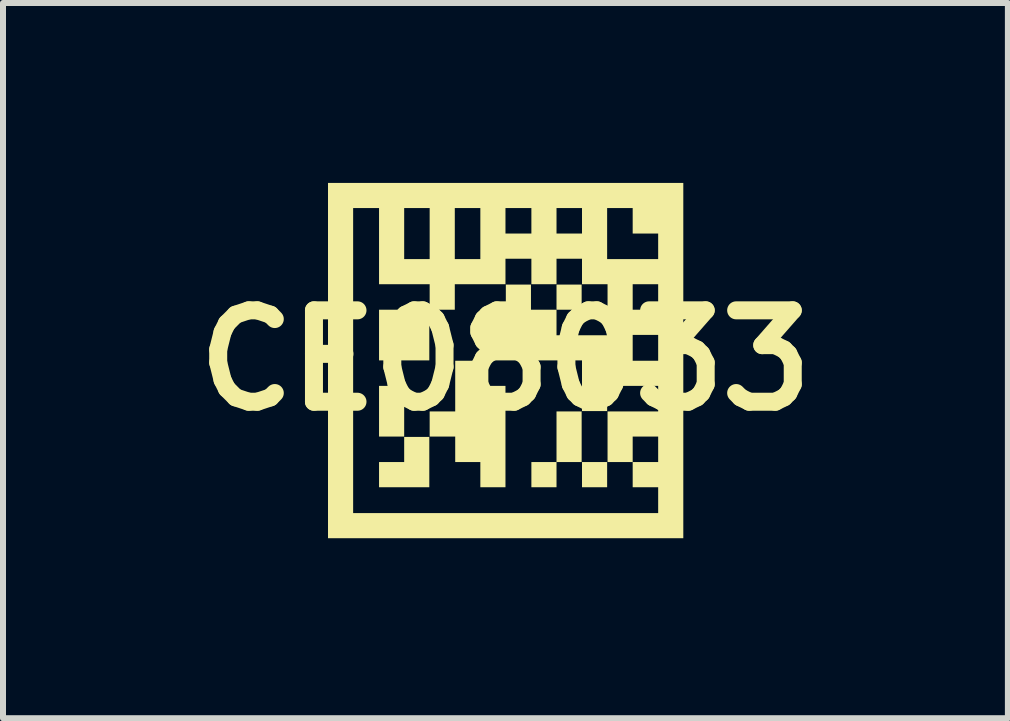
<source format=kicad_pcb>
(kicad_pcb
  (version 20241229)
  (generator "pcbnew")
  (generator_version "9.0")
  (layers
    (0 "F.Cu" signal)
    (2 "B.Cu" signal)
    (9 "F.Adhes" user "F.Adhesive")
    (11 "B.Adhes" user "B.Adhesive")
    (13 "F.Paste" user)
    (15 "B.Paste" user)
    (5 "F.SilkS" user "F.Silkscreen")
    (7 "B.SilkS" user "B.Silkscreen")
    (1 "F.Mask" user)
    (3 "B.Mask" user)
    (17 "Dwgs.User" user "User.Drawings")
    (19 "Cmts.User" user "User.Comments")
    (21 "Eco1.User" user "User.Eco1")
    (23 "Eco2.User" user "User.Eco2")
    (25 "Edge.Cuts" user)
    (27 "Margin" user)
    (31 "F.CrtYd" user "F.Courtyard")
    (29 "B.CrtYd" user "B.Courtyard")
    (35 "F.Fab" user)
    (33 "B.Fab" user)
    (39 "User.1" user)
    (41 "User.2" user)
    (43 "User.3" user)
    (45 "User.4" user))
  (footprint "CE08033"
    (layer "F.Cu")
    (at 5.378 2.959)
    (property "Reference" "CE08033" (at 0 0 0) (layer "F.SilkS") (effects (font (size 1.524 1.524) (thickness 0.3))))
    (attr through_hole)
    (fp_poly (pts (xy -1.689 1.27) (xy -2.108 1.27) (xy -2.108 0.425) (xy -1.689 0.425) (xy -1.689 1.27)) (stroke (width 0) (type solid)) (fill yes) (layer "F.SilkS"))
    (fp_poly (pts (xy -1.27 0) (xy -2.108 0) (xy -2.108 -0.845) (xy -1.27 -0.845) (xy -1.27 0)) (stroke (width 0) (type solid)) (fill yes) (layer "F.SilkS"))
    (fp_poly (pts (xy 0.851 2.115) (xy 0.432 2.115) (xy 0.432 1.695) (xy 0.851 1.695) (xy 0.851 2.115)) (stroke (width 0) (type solid)) (fill yes) (layer "F.SilkS"))
    (fp_poly (pts (xy 1.27 -0.845) (xy 0.851 -0.845) (xy 0.851 -1.264) (xy 1.27 -1.264) (xy 1.27 -0.845)) (stroke (width 0) (type solid)) (fill yes) (layer "F.SilkS"))
    (fp_poly (pts (xy 1.27 1.695) (xy 0.851 1.695) (xy 0.851 0.851) (xy 1.27 0.851) (xy 1.27 1.695)) (stroke (width 0) (type solid)) (fill yes) (layer "F.SilkS"))
    (fp_poly (pts (xy 1.695 2.115) (xy 1.276 2.115) (xy 1.276 1.695) (xy 1.695 1.695) (xy 1.695 2.115)) (stroke (width 0) (type solid)) (fill yes) (layer "F.SilkS"))
    (fp_poly (pts (xy -1.27 2.115) (xy -2.108 2.115) (xy -2.108 1.695) (xy -1.689 1.695) (xy -1.689 1.276) (xy -1.27 1.276) (xy -1.27 2.115)) (stroke (width 0) (type solid)) (fill yes) (layer "F.SilkS"))
    (fp_poly (pts (xy -0.419 0.425) (xy 0 0.425) (xy 0 2.115) (xy -0.419 2.115) (xy -0.419 1.695) (xy -0.838 1.695) (xy -0.838 1.27) (xy -1.264 1.27) (xy -1.264 0.851) (xy -0.838 0.851) (xy -0.838 0.006) (xy -0.419 0.006) (xy -0.419 0.425)) (stroke (width 0) (type solid)) (fill yes) (layer "F.SilkS"))
    (fp_poly (pts (xy 2.965 2.965) (xy -2.959 2.965) (xy -2.959 -2.54) (xy -2.54 -2.54) (xy -2.54 2.546) (xy 2.546 2.546) (xy 2.546 2.115) (xy 2.121 2.115) (xy 2.121 1.695) (xy 1.702 1.695) (xy 1.702 1.27) (xy 2.121 1.27) (xy 2.121 1.695) (xy 2.546 1.695) (xy 2.546 1.27) (xy 2.121 1.27) (xy 1.702 1.27) (xy 1.702 0.851) (xy 2.546 0.851) (xy 2.546 0.425) (xy 1.695 0.425) (xy 1.695 0.845) (xy 1.276 0.845) (xy 1.276 0) (xy -0.419 0) (xy -0.419 -0.845) (xy 0.006 -0.845) (xy 0.006 -1.264) (xy 0.425 -1.264) (xy 0.425 -0.845) (xy 0.851 -0.845) (xy 0.851 -0.419) (xy 1.702 -0.419) (xy 1.702 -0.425) (xy 2.121 -0.425) (xy 2.121 0.006) (xy 2.546 0.006) (xy 2.546 -0.425) (xy 2.121 -0.425) (xy 1.702 -0.425) (xy 1.702 -1.27) (xy 2.121 -1.27) (xy 2.121 -0.845) (xy 2.546 -0.845) (xy 2.546 -1.27) (xy 2.121 -1.27) (xy 1.702 -1.27) (xy 1.276 -1.27) (xy 1.276 -1.695) (xy 0.851 -1.695) (xy 0.851 -1.27) (xy 0.432 -1.27) (xy 0.432 -1.695) (xy 0 -1.695) (xy 0 -1.27) (xy -0.845 -1.27) (xy -0.845 -0.845) (xy -1.264 -0.845) (xy -1.264 -1.27) (xy -2.108 -1.27) (xy -2.108 -2.54) (xy -1.689 -2.54) (xy -1.689 -1.689) (xy -1.264 -1.689) (xy -1.264 -2.54) (xy -0.845 -2.54) (xy -0.845 -1.689) (xy -0.419 -1.689) (xy -0.419 -2.54) (xy 0 -2.54) (xy 0 -2.115) (xy 0.432 -2.115) (xy 0.432 -2.54) (xy 0.851 -2.54) (xy 0.851 -2.115) (xy 1.276 -2.115) (xy 1.276 -2.54) (xy 1.695 -2.54) (xy 1.695 -1.689) (xy 2.546 -1.689) (xy 2.546 -2.115) (xy 2.121 -2.115) (xy 2.121 -2.54) (xy 1.695 -2.54) (xy 1.276 -2.54) (xy 0.851 -2.54) (xy 0.432 -2.54) (xy 0 -2.54) (xy -0.419 -2.54) (xy -0.845 -2.54) (xy -1.264 -2.54) (xy -1.689 -2.54) (xy -2.108 -2.54) (xy -2.54 -2.54) (xy -2.959 -2.54) (xy -2.959 -2.959) (xy 2.965 -2.959) (xy 2.965 2.965)) (stroke (width 0) (type solid)) (fill yes) (layer "F.SilkS")))
  (gr_rect
    (start -3 -3)
    (end 13.755 8.925)
    (stroke (width 0.1) (type default))
    (fill no)
    (layer "Edge.Cuts")))
</source>
